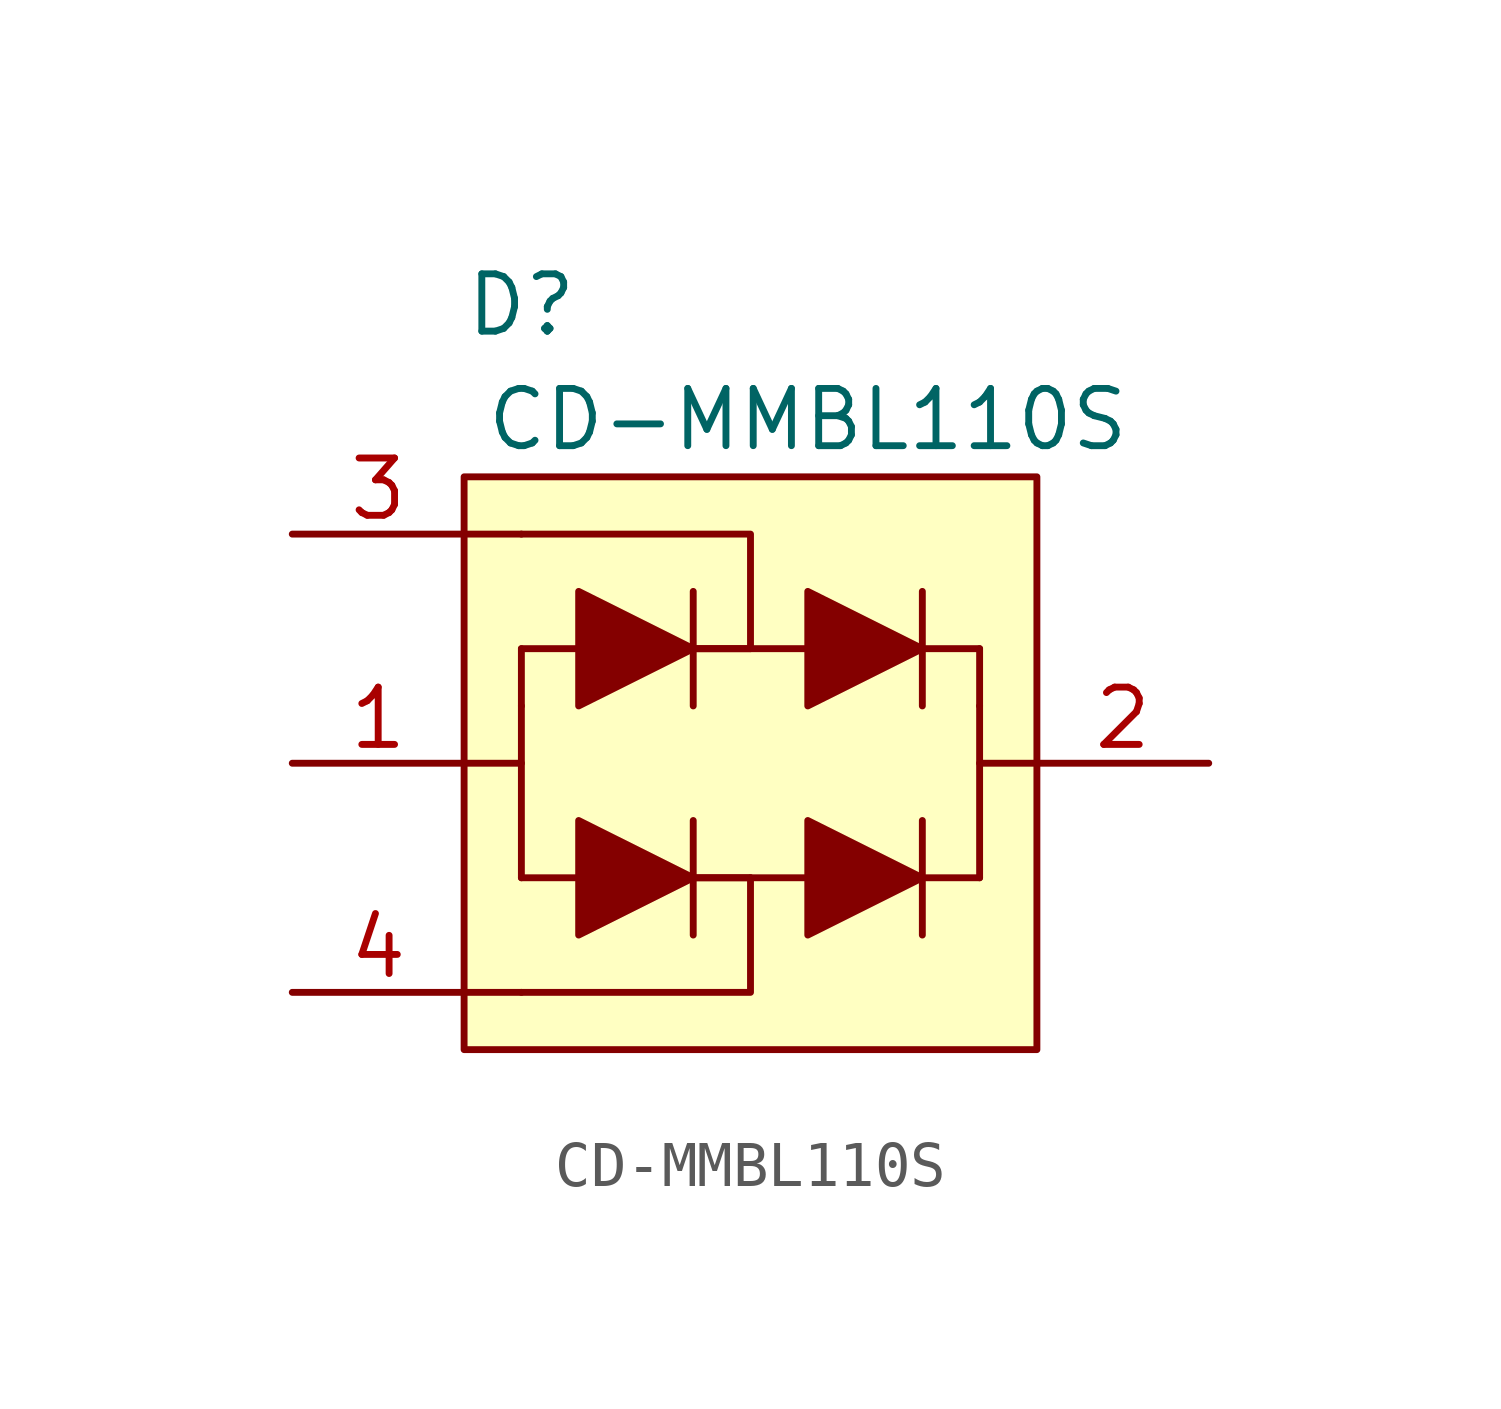
<source format=kicad_sym>
(kicad_symbol_lib
  (version 20220914)
  (generator kicad_symbol_editor)
  (symbol "CD-MMBL110S"
    (pin_names
      (offset 1.016))
    (property "Reference" "D"
      (at -5.08 10.16 0)
      (effects (font (size 1.27 1.27))))
    (property "Value" "CD-MMBL110S"
      (at 1.27 7.62 0)
      (effects (font (size 1.27 1.27))))
    (symbol "CD-MMBL110S_0_1"
      (rectangle (start -6.35 6.35) (end 6.35 -6.35) (stroke (width 0) (type default)) (fill (type background)))
      (polyline (pts (xy -6.35 0) (xy -5.08 0)) (stroke (width 0) (type default)) (fill (type none)))
      (polyline (pts (xy -5.08 -5.08) (xy -6.35 -5.08)) (stroke (width 0) (type default)) (fill (type none)))
      (polyline (pts (xy -5.08 1.27) (xy -5.08 -2.54)) (stroke (width 0) (type default)) (fill (type none)))
      (polyline (pts (xy -5.08 2.54) (xy -5.08 1.27)) (stroke (width 0) (type default)) (fill (type none)))
      (polyline (pts (xy -5.08 5.08) (xy -6.35 5.08)) (stroke (width 0) (type default)) (fill (type none)))
      (polyline (pts (xy -3.81 -2.54) (xy -5.08 -2.54)) (stroke (width 0) (type default)) (fill (type none)))
      (polyline (pts (xy -3.81 2.54) (xy -5.08 2.54)) (stroke (width 0) (type default)) (fill (type none)))
      (polyline (pts (xy 0 -2.54) (xy -1.27 -2.54)) (stroke (width 0) (type default)) (fill (type none)))
      (polyline (pts (xy 0 2.54) (xy -1.27 2.54)) (stroke (width 0) (type default)) (fill (type none)))
      (polyline (pts (xy 1.27 -2.54) (xy -2.54 -2.54)) (stroke (width 0) (type default)) (fill (type none)))
      (polyline (pts (xy 1.27 2.54) (xy -2.54 2.54)) (stroke (width 0) (type default)) (fill (type none)))
      (polyline (pts (xy 3.81 -2.54) (xy 5.08 -2.54)) (stroke (width 0) (type default)) (fill (type none)))
      (polyline (pts (xy 3.81 2.54) (xy 5.08 2.54)) (stroke (width 0) (type default)) (fill (type none)))
      (polyline (pts (xy 5.08 0) (xy 6.35 0)) (stroke (width 0) (type default)) (fill (type none)))
      (polyline (pts (xy 5.08 1.27) (xy 5.08 -2.54)) (stroke (width 0) (type default)) (fill (type none)))
      (polyline (pts (xy 5.08 2.54) (xy 5.08 1.27)) (stroke (width 0) (type default)) (fill (type none)))
      (polyline (pts (xy 0 -2.54) (xy 0 -5.08) (xy -5.08 -5.08)) (stroke (width 0) (type default)) (fill (type none)))
      (polyline (pts (xy 0 2.54) (xy 0 5.08) (xy -5.08 5.08)) (stroke (width 0) (type default)) (fill (type none))))
    (symbol "CD-MMBL110S_1_1"
      (polyline (pts (xy -1.27 -1.27) (xy -1.27 -3.81)) (stroke (width 0) (type default)) (fill (type none)))
      (polyline (pts (xy -1.27 3.81) (xy -1.27 1.27)) (stroke (width 0) (type default)) (fill (type none)))
      (polyline (pts (xy 3.81 -1.27) (xy 3.81 -3.81)) (stroke (width 0) (type default)) (fill (type none)))
      (polyline (pts (xy 3.81 3.81) (xy 3.81 1.27)) (stroke (width 0) (type default)) (fill (type none)))
      (polyline (pts (xy -3.81 -1.27) (xy -3.81 -3.81) (xy -1.27 -2.54) (xy -3.81 -1.27)) (stroke (width 0) (type default)) (fill (type outline)))
      (polyline (pts (xy -3.81 3.81) (xy -3.81 1.27) (xy -1.27 2.54) (xy -3.81 3.81)) (stroke (width 0) (type default)) (fill (type outline)))
      (polyline (pts (xy 1.27 -1.27) (xy 1.27 -3.81) (xy 3.81 -2.54) (xy 1.27 -1.27)) (stroke (width 0) (type default)) (fill (type outline)))
      (polyline (pts (xy 1.27 3.81) (xy 1.27 1.27) (xy 3.81 2.54) (xy 1.27 3.81)) (stroke (width 0) (type default)) (fill (type outline)))
      (pin passive line (at -10.16 0 0) (length 3.81) (name "~" (effects (font (size 1.27 1.27)))) (number "1" (effects (font (size 1.27 1.27)))))
      (pin passive line (at 10.16 0 180) (length 3.81) (name "~" (effects (font (size 1.27 1.27)))) (number "2" (effects (font (size 1.27 1.27)))))
      (pin passive line (at -10.16 5.08 0) (length 3.81) (name "~" (effects (font (size 1.27 1.27)))) (number "3" (effects (font (size 1.27 1.27)))))
      (pin passive line (at -10.16 -5.08 0) (length 3.81) (name "~" (effects (font (size 1.27 1.27)))) (number "4" (effects (font (size 1.27 1.27))))))))
</source>
